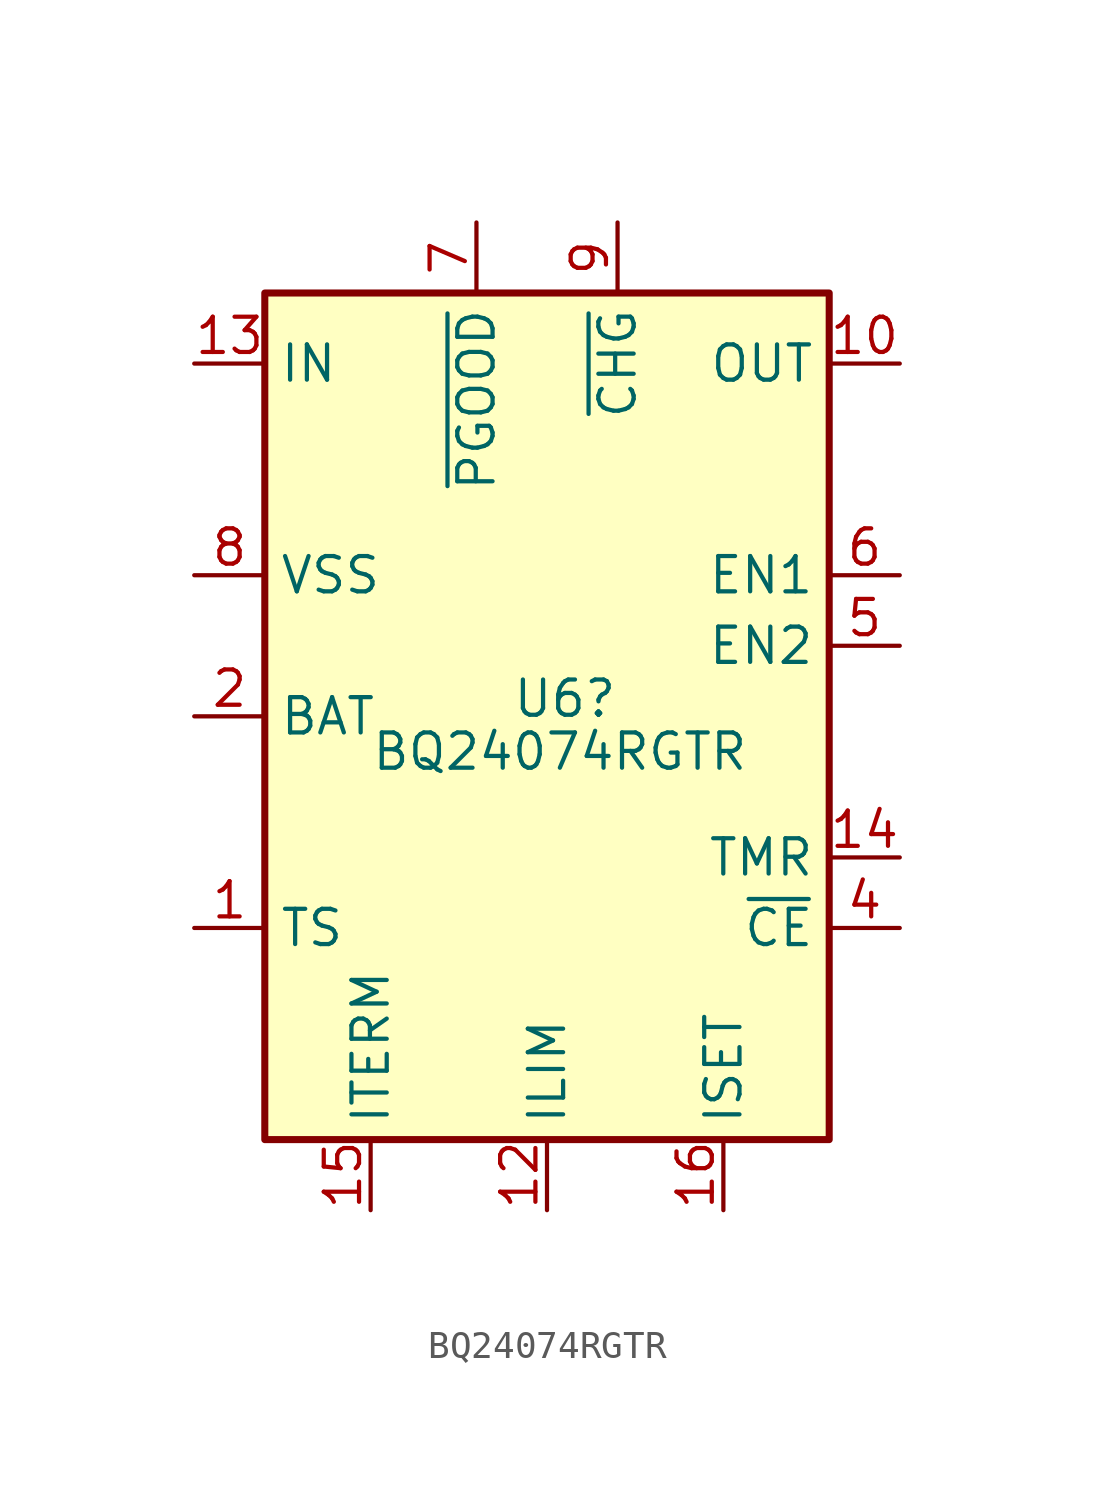
<source format=kicad_sym>
(kicad_symbol_lib
  (version 20220914)
  (generator kicad_symbol_editor)
  (symbol "BQ24074RGTR"
    (property "Reference" "U6"
      (at -1.27 0.635 0)
      (effects (font (size 1.27 1.27)) (justify left)))
    (property "Value" "BQ24074RGTR"
      (at -6.35 -1.27 0)
      (effects (font (size 1.27 1.27)) (justify left)))
    (symbol "BQ24074RGTR_0_1"
      (rectangle (start -10.16 15.24) (end 10.16 -15.24) (stroke (width 0.254) (type default)) (fill (type background))))
    (symbol "BQ24074RGTR_1_1"
      (pin input line (at -12.7 -7.62 0) (length 2.54) (name "TS" (effects (font (size 1.27 1.27)))) (number "1" (effects (font (size 1.27 1.27)))))
      (pin power_out line (at 12.7 12.7 180) (length 2.54) (name "OUT" (effects (font (size 1.27 1.27)))) (number "10" (effects (font (size 1.27 1.27)))))
      (pin passive line (at 12.7 12.7 180) (length 2.54) hide (name "OUT" (effects (font (size 1.27 1.27)))) (number "11" (effects (font (size 1.27 1.27)))))
      (pin input line (at 0 -17.78 90) (length 2.54) (name "ILIM" (effects (font (size 1.27 1.27)))) (number "12" (effects (font (size 1.27 1.27)))))
      (pin power_in line (at -12.7 12.7 0) (length 2.54) (name "IN" (effects (font (size 1.27 1.27)))) (number "13" (effects (font (size 1.27 1.27)))))
      (pin input line (at 12.7 -5.08 180) (length 2.54) (name "TMR" (effects (font (size 1.27 1.27)))) (number "14" (effects (font (size 1.27 1.27)))))
      (pin input line (at -6.35 -17.78 90) (length 2.54) (name "ITERM" (effects (font (size 1.27 1.27)))) (number "15" (effects (font (size 1.27 1.27)))))
      (pin input line (at 6.35 -17.78 90) (length 2.54) (name "ISET" (effects (font (size 1.27 1.27)))) (number "16" (effects (font (size 1.27 1.27)))))
      (pin passive line (at -12.7 5.08 0) (length 2.54) hide (name "VSS" (effects (font (size 1.27 1.27)))) (number "17" (effects (font (size 1.27 1.27)))))
      (pin power_in line (at -12.7 0 0) (length 2.54) (name "BAT" (effects (font (size 1.27 1.27)))) (number "2" (effects (font (size 1.27 1.27)))))
      (pin passive line (at -12.7 0 0) (length 2.54) hide (name "BAT" (effects (font (size 1.27 1.27)))) (number "3" (effects (font (size 1.27 1.27)))))
      (pin input line (at 12.7 -7.62 180) (length 2.54) (name "~{CE}" (effects (font (size 1.27 1.27)))) (number "4" (effects (font (size 1.27 1.27)))))
      (pin input line (at 12.7 2.54 180) (length 2.54) (name "EN2" (effects (font (size 1.27 1.27)))) (number "5" (effects (font (size 1.27 1.27)))))
      (pin input line (at 12.7 5.08 180) (length 2.54) (name "EN1" (effects (font (size 1.27 1.27)))) (number "6" (effects (font (size 1.27 1.27)))))
      (pin open_collector line (at -2.54 17.78 270) (length 2.54) (name "~{PGOOD}" (effects (font (size 1.27 1.27)))) (number "7" (effects (font (size 1.27 1.27)))))
      (pin power_in line (at -12.7 5.08 0) (length 2.54) (name "VSS" (effects (font (size 1.27 1.27)))) (number "8" (effects (font (size 1.27 1.27)))))
      (pin open_collector line (at 2.54 17.78 270) (length 2.54) (name "~{CHG}" (effects (font (size 1.27 1.27)))) (number "9" (effects (font (size 1.27 1.27))))))))
</source>
